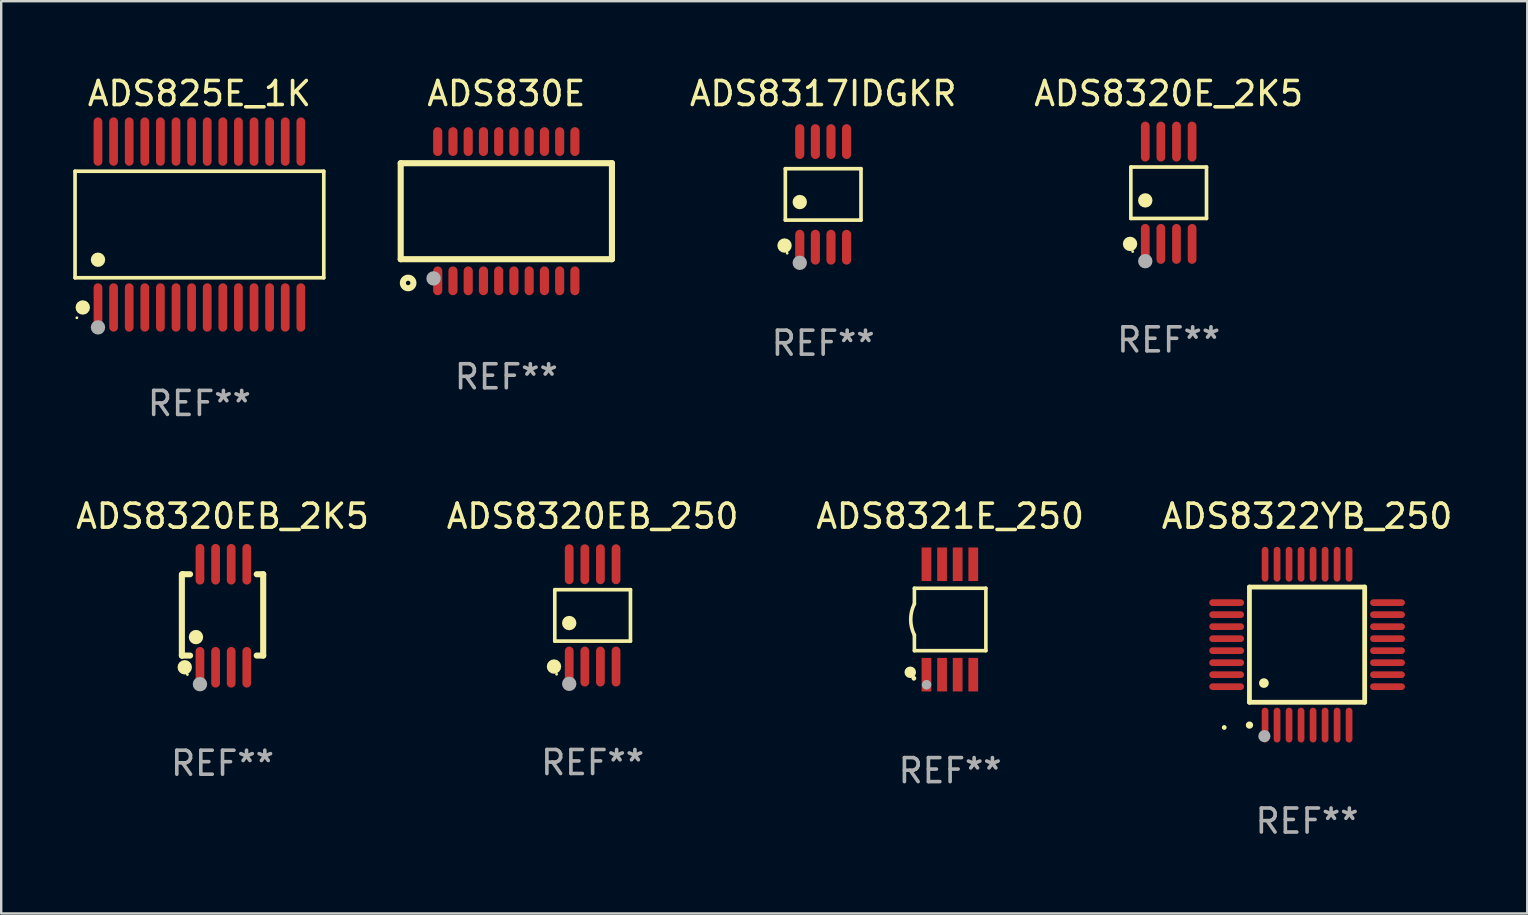
<source format=kicad_pcb>
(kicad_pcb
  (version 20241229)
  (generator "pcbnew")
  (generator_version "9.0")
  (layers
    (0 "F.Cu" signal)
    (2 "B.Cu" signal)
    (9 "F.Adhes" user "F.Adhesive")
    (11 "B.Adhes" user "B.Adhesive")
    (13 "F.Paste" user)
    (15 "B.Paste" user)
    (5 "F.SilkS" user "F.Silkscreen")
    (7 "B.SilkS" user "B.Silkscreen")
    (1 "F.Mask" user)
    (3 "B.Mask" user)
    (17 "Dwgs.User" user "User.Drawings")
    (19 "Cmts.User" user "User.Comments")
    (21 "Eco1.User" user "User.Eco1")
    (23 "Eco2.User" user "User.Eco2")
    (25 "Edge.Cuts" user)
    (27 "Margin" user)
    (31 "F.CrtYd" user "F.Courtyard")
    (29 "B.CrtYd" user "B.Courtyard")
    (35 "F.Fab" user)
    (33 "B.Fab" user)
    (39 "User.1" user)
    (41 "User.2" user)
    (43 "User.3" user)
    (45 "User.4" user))
  (footprint "ADS8321E_250"
    (layer "F.Cu")
    (at 36.53 22.755)
    (property "Reference" "ADS8321E_250" (at 0 -4.3 0) (layer "F.SilkS") (effects (font (size 1 1) (thickness 0.15))))
    (attr through_hole)
    (fp_line (start -1.489 -1.3) (end -1.489 -0.648) (stroke (width 0.15) (type solid)) (layer "F.SilkS"))
    (fp_line (start -1.489 0.648) (end -1.489 1.3) (stroke (width 0.15) (type solid)) (layer "F.SilkS"))
    (fp_line (start -1.489 1.3) (end 1.489 1.3) (stroke (width 0.15) (type solid)) (layer "F.SilkS"))
    (fp_line (start 1.489 -1.3) (end -1.489 -1.3) (stroke (width 0.15) (type solid)) (layer "F.SilkS"))
    (fp_line (start 1.489 1.3) (end 1.489 -1.3) (stroke (width 0.15) (type solid)) (layer "F.SilkS"))
    (fp_arc (start -1.489205 0.647702) (mid -1.642107 0) (end -1.489205 -0.647701) (stroke (width 0.150013) (type solid)) (layer "F.SilkS"))
    (fp_circle (center -1.661 2.2) (end -1.541 2.2) (stroke (width 0.24) (type solid)) (fill no) (layer "F.SilkS"))
    (fp_circle (center -1.511 2.45) (end -1.461 2.45) (stroke (width 0.1) (type solid)) (fill no) (layer "F.SilkS"))
    (fp_circle (center -0.981 2.72) (end -0.881 2.72) (stroke (width 0.2) (type solid)) (fill no) (layer "F.Fab"))
    (fp_text user "REF**" (at 0 6.3 0) (layer "F.Fab") (effects (font (size 1 1) (thickness 0.15))))
    (pad "1" smd rect (at -0.986 2.3) (size 0.406 1.397) (layers "F.Cu" "F.Mask" "F.Paste"))
    (pad "2" smd rect (at -0.336 2.3) (size 0.406 1.397) (layers "F.Cu" "F.Mask" "F.Paste"))
    (pad "3" smd rect (at 0.314 2.3) (size 0.406 1.397) (layers "F.Cu" "F.Mask" "F.Paste"))
    (pad "4" smd rect (at 0.964 2.3) (size 0.406 1.397) (layers "F.Cu" "F.Mask" "F.Paste"))
    (pad "5" smd rect (at 0.964 -2.3) (size 0.406 1.397) (layers "F.Cu" "F.Mask" "F.Paste"))
    (pad "6" smd rect (at 0.314 -2.3) (size 0.406 1.397) (layers "F.Cu" "F.Mask" "F.Paste"))
    (pad "7" smd rect (at -0.336 -2.3) (size 0.406 1.397) (layers "F.Cu" "F.Mask" "F.Paste"))
    (pad "8" smd rect (at -0.986 -2.3) (size 0.406 1.397) (layers "F.Cu" "F.Mask" "F.Paste")))
  (footprint "ADS830E"
    (layer "F.Cu")
    (at 18.042 5.748)
    (property "Reference" "ADS830E" (at 0 -4.9 0) (layer "F.SilkS") (effects (font (size 1 1) (thickness 0.15))))
    (attr through_hole)
    (fp_line (start -4.4 -2) (end -4.4 2) (stroke (width 0.254) (type solid)) (layer "F.SilkS"))
    (fp_line (start -4.4 -2) (end 4.4 -2) (stroke (width 0.254) (type solid)) (layer "F.SilkS"))
    (fp_line (start -4.4 2) (end 4.4 2) (stroke (width 0.254) (type solid)) (layer "F.SilkS"))
    (fp_line (start 4.4 -2) (end 4.4 2) (stroke (width 0.254) (type solid)) (layer "F.SilkS"))
    (fp_circle (center -4.351 3) (end -4.321 3) (stroke (width 0.06) (type solid)) (fill no) (layer "F.SilkS"))
    (fp_circle (center -4.09 2.99) (end -3.87 2.99) (stroke (width 0.254) (type solid)) (fill no) (layer "F.SilkS"))
    (fp_circle (center -3.031 2.8) (end -2.88 2.8) (stroke (width 0.3) (type solid)) (fill no) (layer "F.Fab"))
    (fp_text user "REF**" (at 0 6.9 0) (layer "F.Fab") (effects (font (size 1 1) (thickness 0.15))))
    (pad "1" smd oval (at -2.858 2.9 180) (size 0.38 1.2) (layers "F.Cu" "F.Mask" "F.Paste"))
    (pad "2" smd oval (at -2.223 2.9 180) (size 0.38 1.2) (layers "F.Cu" "F.Mask" "F.Paste"))
    (pad "3" smd oval (at -1.588 2.9 180) (size 0.38 1.2) (layers "F.Cu" "F.Mask" "F.Paste"))
    (pad "4" smd oval (at -0.953 2.9 180) (size 0.38 1.2) (layers "F.Cu" "F.Mask" "F.Paste"))
    (pad "5" smd oval (at -0.318 2.9 180) (size 0.38 1.2) (layers "F.Cu" "F.Mask" "F.Paste"))
    (pad "6" smd oval (at 0.317 2.9 180) (size 0.38 1.2) (layers "F.Cu" "F.Mask" "F.Paste"))
    (pad "7" smd oval (at 0.952 2.9 180) (size 0.38 1.2) (layers "F.Cu" "F.Mask" "F.Paste"))
    (pad "8" smd oval (at 1.587 2.9 180) (size 0.38 1.2) (layers "F.Cu" "F.Mask" "F.Paste"))
    (pad "9" smd oval (at 2.222 2.9 180) (size 0.38 1.2) (layers "F.Cu" "F.Mask" "F.Paste"))
    (pad "10" smd oval (at 2.857 2.9 180) (size 0.38 1.2) (layers "F.Cu" "F.Mask" "F.Paste"))
    (pad "11" smd oval (at 2.857 -2.9) (size 0.38 1.2) (layers "F.Cu" "F.Mask" "F.Paste"))
    (pad "12" smd oval (at 2.222 -2.9) (size 0.38 1.2) (layers "F.Cu" "F.Mask" "F.Paste"))
    (pad "13" smd oval (at 1.587 -2.9) (size 0.38 1.2) (layers "F.Cu" "F.Mask" "F.Paste"))
    (pad "14" smd oval (at 0.952 -2.9) (size 0.38 1.2) (layers "F.Cu" "F.Mask" "F.Paste"))
    (pad "15" smd oval (at 0.317 -2.9) (size 0.38 1.2) (layers "F.Cu" "F.Mask" "F.Paste"))
    (pad "16" smd oval (at -0.318 -2.9) (size 0.38 1.2) (layers "F.Cu" "F.Mask" "F.Paste"))
    (pad "17" smd oval (at -0.953 -2.9) (size 0.38 1.2) (layers "F.Cu" "F.Mask" "F.Paste"))
    (pad "18" smd oval (at -1.588 -2.9) (size 0.38 1.2) (layers "F.Cu" "F.Mask" "F.Paste"))
    (pad "19" smd oval (at -2.223 -2.9) (size 0.38 1.2) (layers "F.Cu" "F.Mask" "F.Paste"))
    (pad "20" smd oval (at -2.858 -2.9) (size 0.38 1.2) (layers "F.Cu" "F.Mask" "F.Paste")))
  (footprint "ADS8322YB_250"
    (layer "F.Cu")
    (at 51.399 23.805)
    (property "Reference" "ADS8322YB_250" (at 0 -5.35 0) (layer "F.SilkS") (effects (font (size 1 1) (thickness 0.15))))
    (attr through_hole)
    (fp_line (start -2.4 -2.4) (end -2.4 2.4) (stroke (width 0.2) (type solid)) (layer "F.SilkS"))
    (fp_line (start -2.4 2.4) (end 2.4 2.4) (stroke (width 0.2) (type solid)) (layer "F.SilkS"))
    (fp_line (start 2.4 -2.4) (end -2.4 -2.4) (stroke (width 0.2) (type solid)) (layer "F.SilkS"))
    (fp_line (start 2.4 2.4) (end 2.4 -2.4) (stroke (width 0.2) (type solid)) (layer "F.SilkS"))
    (fp_arc (start -2.400305 3.350267) (mid -2.399035 3.350262) (end -2.397765 3.350267) (stroke (width 0.3) (type solid)) (layer "F.SilkS"))
    (fp_arc (start -1.800864 1.600203) (mid -1.798324 1.600187) (end -1.795784 1.600203) (stroke (width 0.4) (type solid)) (layer "F.SilkS"))
    (fp_circle (center -3.45 3.45) (end -3.4 3.45) (stroke (width 0.1) (type solid)) (fill no) (layer "F.SilkS"))
    (fp_circle (center -1.778 3.81) (end -1.651 3.81) (stroke (width 0.254) (type solid)) (fill no) (layer "F.Fab"))
    (fp_text user "REF**" (at 0 7.35 0) (layer "F.Fab") (effects (font (size 1 1) (thickness 0.15))))
    (pad "1" smd oval (at -1.75 3.35) (size 0.28 1.45) (layers "F.Cu" "F.Mask" "F.Paste"))
    (pad "2" smd oval (at -1.25 3.35) (size 0.28 1.45) (layers "F.Cu" "F.Mask" "F.Paste"))
    (pad "3" smd oval (at -0.75 3.35) (size 0.28 1.45) (layers "F.Cu" "F.Mask" "F.Paste"))
    (pad "4" smd oval (at -0.25 3.35) (size 0.28 1.45) (layers "F.Cu" "F.Mask" "F.Paste"))
    (pad "5" smd oval (at 0.25 3.35) (size 0.28 1.45) (layers "F.Cu" "F.Mask" "F.Paste"))
    (pad "6" smd oval (at 0.75 3.35) (size 0.28 1.45) (layers "F.Cu" "F.Mask" "F.Paste"))
    (pad "7" smd oval (at 1.25 3.35) (size 0.28 1.45) (layers "F.Cu" "F.Mask" "F.Paste"))
    (pad "8" smd oval (at 1.75 3.35) (size 0.28 1.45) (layers "F.Cu" "F.Mask" "F.Paste"))
    (pad "9" smd oval (at 3.35 1.75) (size 1.45 0.28) (layers "F.Cu" "F.Mask" "F.Paste"))
    (pad "10" smd oval (at 3.35 1.25) (size 1.45 0.28) (layers "F.Cu" "F.Mask" "F.Paste"))
    (pad "11" smd oval (at 3.35 0.75) (size 1.45 0.28) (layers "F.Cu" "F.Mask" "F.Paste"))
    (pad "12" smd oval (at 3.35 0.25) (size 1.45 0.28) (layers "F.Cu" "F.Mask" "F.Paste"))
    (pad "13" smd oval (at 3.35 -0.25) (size 1.45 0.28) (layers "F.Cu" "F.Mask" "F.Paste"))
    (pad "14" smd oval (at 3.35 -0.75) (size 1.45 0.28) (layers "F.Cu" "F.Mask" "F.Paste"))
    (pad "15" smd oval (at 3.35 -1.25) (size 1.45 0.28) (layers "F.Cu" "F.Mask" "F.Paste"))
    (pad "16" smd oval (at 3.35 -1.75) (size 1.45 0.28) (layers "F.Cu" "F.Mask" "F.Paste"))
    (pad "17" smd oval (at 1.75 -3.35) (size 0.28 1.45) (layers "F.Cu" "F.Mask" "F.Paste"))
    (pad "18" smd oval (at 1.25 -3.35) (size 0.28 1.45) (layers "F.Cu" "F.Mask" "F.Paste"))
    (pad "19" smd oval (at 0.75 -3.35) (size 0.28 1.45) (layers "F.Cu" "F.Mask" "F.Paste"))
    (pad "20" smd oval (at 0.25 -3.35) (size 0.28 1.45) (layers "F.Cu" "F.Mask" "F.Paste"))
    (pad "21" smd oval (at -0.25 -3.35) (size 0.28 1.45) (layers "F.Cu" "F.Mask" "F.Paste"))
    (pad "22" smd oval (at -0.75 -3.35) (size 0.28 1.45) (layers "F.Cu" "F.Mask" "F.Paste"))
    (pad "23" smd oval (at -1.25 -3.35) (size 0.28 1.45) (layers "F.Cu" "F.Mask" "F.Paste"))
    (pad "24" smd oval (at -1.75 -3.35) (size 0.28 1.45) (layers "F.Cu" "F.Mask" "F.Paste"))
    (pad "25" smd oval (at -3.35 -1.75) (size 1.45 0.28) (layers "F.Cu" "F.Mask" "F.Paste"))
    (pad "26" smd oval (at -3.35 -1.25) (size 1.45 0.28) (layers "F.Cu" "F.Mask" "F.Paste"))
    (pad "27" smd oval (at -3.35 -0.75) (size 1.45 0.28) (layers "F.Cu" "F.Mask" "F.Paste"))
    (pad "28" smd oval (at -3.35 -0.25) (size 1.45 0.28) (layers "F.Cu" "F.Mask" "F.Paste"))
    (pad "29" smd oval (at -3.35 0.25) (size 1.45 0.28) (layers "F.Cu" "F.Mask" "F.Paste"))
    (pad "30" smd oval (at -3.35 0.75) (size 1.45 0.28) (layers "F.Cu" "F.Mask" "F.Paste"))
    (pad "31" smd oval (at -3.35 1.25) (size 1.45 0.28) (layers "F.Cu" "F.Mask" "F.Paste"))
    (pad "32" smd oval (at -3.35 1.75) (size 1.45 0.28) (layers "F.Cu" "F.Mask" "F.Paste")))
  (footprint "ADS8317IDGKR"
    (layer "F.Cu")
    (at 31.241 5.048)
    (property "Reference" "ADS8317IDGKR" (at 0 -4.2 0) (layer "F.SilkS") (effects (font (size 1 1) (thickness 0.15))))
    (attr through_hole)
    (fp_line (start -1.576 -1.071) (end 1.576 -1.071) (stroke (width 0.152) (type solid)) (layer "F.SilkS"))
    (fp_line (start -1.576 1.071) (end -1.576 -1.071) (stroke (width 0.152) (type solid)) (layer "F.SilkS"))
    (fp_line (start 1.576 -1.071) (end 1.576 1.071) (stroke (width 0.152) (type solid)) (layer "F.SilkS"))
    (fp_line (start 1.576 1.071) (end -1.576 1.071) (stroke (width 0.152) (type solid)) (layer "F.SilkS"))
    (fp_circle (center -1.609 2.131) (end -1.459 2.131) (stroke (width 0.3) (type solid)) (fill no) (layer "F.SilkS"))
    (fp_circle (center -1.5 2.45) (end -1.47 2.45) (stroke (width 0.06) (type solid)) (fill no) (layer "F.SilkS"))
    (fp_circle (center -0.975 0.319) (end -0.825 0.319) (stroke (width 0.3) (type solid)) (fill no) (layer "F.SilkS"))
    (fp_circle (center -0.975 2.85) (end -0.825 2.85) (stroke (width 0.3) (type solid)) (fill no) (layer "F.Fab"))
    (fp_text user "REF**" (at 0 6.2 0) (layer "F.Fab") (effects (font (size 1 1) (thickness 0.15))))
    (pad "1" smd oval (at -0.975 2.2) (size 0.38 1.45) (layers "F.Cu" "F.Mask" "F.Paste"))
    (pad "2" smd oval (at -0.325 2.2) (size 0.38 1.45) (layers "F.Cu" "F.Mask" "F.Paste"))
    (pad "3" smd oval (at 0.325 2.2) (size 0.38 1.45) (layers "F.Cu" "F.Mask" "F.Paste"))
    (pad "4" smd oval (at 0.975 2.2) (size 0.38 1.45) (layers "F.Cu" "F.Mask" "F.Paste"))
    (pad "5" smd oval (at 0.975 -2.2) (size 0.38 1.45) (layers "F.Cu" "F.Mask" "F.Paste"))
    (pad "6" smd oval (at 0.325 -2.2) (size 0.38 1.45) (layers "F.Cu" "F.Mask" "F.Paste"))
    (pad "7" smd oval (at -0.325 -2.2) (size 0.38 1.45) (layers "F.Cu" "F.Mask" "F.Paste"))
    (pad "8" smd oval (at -0.975 -2.2) (size 0.38 1.45) (layers "F.Cu" "F.Mask" "F.Paste")))
  (footprint "ADS8320E_2K5"
    (layer "F.Cu")
    (at 45.634 4.979)
    (property "Reference" "ADS8320E_2K5" (at 0 -4.131 0) (layer "F.SilkS") (effects (font (size 1 1) (thickness 0.15))))
    (attr through_hole)
    (fp_line (start -1.576 -1.071) (end 1.576 -1.071) (stroke (width 0.152) (type solid)) (layer "F.SilkS"))
    (fp_line (start -1.576 1.071) (end -1.576 -1.071) (stroke (width 0.152) (type solid)) (layer "F.SilkS"))
    (fp_line (start 1.576 -1.071) (end 1.576 1.071) (stroke (width 0.152) (type solid)) (layer "F.SilkS"))
    (fp_line (start 1.576 1.071) (end -1.576 1.071) (stroke (width 0.152) (type solid)) (layer "F.SilkS"))
    (fp_circle (center -1.609 2.131) (end -1.459 2.131) (stroke (width 0.3) (type solid)) (fill no) (layer "F.SilkS"))
    (fp_circle (center -1.5 2.45) (end -1.47 2.45) (stroke (width 0.06) (type solid)) (fill no) (layer "F.SilkS"))
    (fp_circle (center -0.975 0.319) (end -0.825 0.319) (stroke (width 0.3) (type solid)) (fill no) (layer "F.SilkS"))
    (fp_circle (center -0.975 2.85) (end -0.825 2.85) (stroke (width 0.3) (type solid)) (fill no) (layer "F.Fab"))
    (fp_text user "REF**" (at 0 6.131 0) (layer "F.Fab") (effects (font (size 1 1) (thickness 0.15))))
    (pad "1" smd oval (at -0.975 2.131) (size 0.364 1.662) (layers "F.Cu" "F.Mask" "F.Paste"))
    (pad "2" smd oval (at -0.325 2.131) (size 0.364 1.662) (layers "F.Cu" "F.Mask" "F.Paste"))
    (pad "3" smd oval (at 0.325 2.131) (size 0.364 1.662) (layers "F.Cu" "F.Mask" "F.Paste"))
    (pad "4" smd oval (at 0.975 2.131) (size 0.364 1.662) (layers "F.Cu" "F.Mask" "F.Paste"))
    (pad "5" smd oval (at 0.975 -2.131) (size 0.364 1.662) (layers "F.Cu" "F.Mask" "F.Paste"))
    (pad "6" smd oval (at 0.325 -2.131) (size 0.364 1.662) (layers "F.Cu" "F.Mask" "F.Paste"))
    (pad "7" smd oval (at -0.325 -2.131) (size 0.364 1.662) (layers "F.Cu" "F.Mask" "F.Paste"))
    (pad "8" smd oval (at -0.975 -2.131) (size 0.364 1.662) (layers "F.Cu" "F.Mask" "F.Paste")))
  (footprint "ADS825E_1K"
    (layer "F.Cu")
    (at 5.257 6.303)
    (property "Reference" "ADS825E_1K" (at 0 -5.455 0) (layer "F.SilkS") (effects (font (size 1 1) (thickness 0.15))))
    (attr through_hole)
    (fp_line (start -5.181 -2.219) (end 5.181 -2.219) (stroke (width 0.152) (type solid)) (layer "F.SilkS"))
    (fp_line (start -5.181 2.219) (end -5.181 -2.219) (stroke (width 0.152) (type solid)) (layer "F.SilkS"))
    (fp_line (start 5.181 -2.219) (end 5.181 2.219) (stroke (width 0.152) (type solid)) (layer "F.SilkS"))
    (fp_line (start 5.181 2.219) (end -5.181 2.219) (stroke (width 0.152) (type solid)) (layer "F.SilkS"))
    (fp_circle (center -5.105 3.885) (end -5.075 3.885) (stroke (width 0.06) (type solid)) (fill no) (layer "F.SilkS"))
    (fp_circle (center -4.859 3.455) (end -4.709 3.455) (stroke (width 0.3) (type solid)) (fill no) (layer "F.SilkS"))
    (fp_circle (center -4.225 1.467) (end -4.075 1.467) (stroke (width 0.3) (type solid)) (fill no) (layer "F.SilkS"))
    (fp_circle (center -4.225 4.285) (end -4.075 4.285) (stroke (width 0.3) (type solid)) (fill no) (layer "F.Fab"))
    (fp_text user "REF**" (at 0 7.455 0) (layer "F.Fab") (effects (font (size 1 1) (thickness 0.15))))
    (pad "1" smd oval (at -4.225 3.455) (size 0.364 2.015) (layers "F.Cu" "F.Mask" "F.Paste"))
    (pad "2" smd oval (at -3.575 3.455) (size 0.364 2.015) (layers "F.Cu" "F.Mask" "F.Paste"))
    (pad "3" smd oval (at -2.925 3.455) (size 0.364 2.015) (layers "F.Cu" "F.Mask" "F.Paste"))
    (pad "4" smd oval (at -2.275 3.455) (size 0.364 2.015) (layers "F.Cu" "F.Mask" "F.Paste"))
    (pad "5" smd oval (at -1.625 3.455) (size 0.364 2.015) (layers "F.Cu" "F.Mask" "F.Paste"))
    (pad "6" smd oval (at -0.975 3.455) (size 0.364 2.015) (layers "F.Cu" "F.Mask" "F.Paste"))
    (pad "7" smd oval (at -0.325 3.455) (size 0.364 2.015) (layers "F.Cu" "F.Mask" "F.Paste"))
    (pad "8" smd oval (at 0.325 3.455) (size 0.364 2.015) (layers "F.Cu" "F.Mask" "F.Paste"))
    (pad "9" smd oval (at 0.975 3.455) (size 0.364 2.015) (layers "F.Cu" "F.Mask" "F.Paste"))
    (pad "10" smd oval (at 1.625 3.455) (size 0.364 2.015) (layers "F.Cu" "F.Mask" "F.Paste"))
    (pad "11" smd oval (at 2.275 3.455) (size 0.364 2.015) (layers "F.Cu" "F.Mask" "F.Paste"))
    (pad "12" smd oval (at 2.925 3.455) (size 0.364 2.015) (layers "F.Cu" "F.Mask" "F.Paste"))
    (pad "13" smd oval (at 3.575 3.455) (size 0.364 2.015) (layers "F.Cu" "F.Mask" "F.Paste"))
    (pad "14" smd oval (at 4.225 3.455) (size 0.364 2.015) (layers "F.Cu" "F.Mask" "F.Paste"))
    (pad "15" smd oval (at 4.225 -3.455) (size 0.364 2.015) (layers "F.Cu" "F.Mask" "F.Paste"))
    (pad "16" smd oval (at 3.575 -3.455) (size 0.364 2.015) (layers "F.Cu" "F.Mask" "F.Paste"))
    (pad "17" smd oval (at 2.925 -3.455) (size 0.364 2.015) (layers "F.Cu" "F.Mask" "F.Paste"))
    (pad "18" smd oval (at 2.275 -3.455) (size 0.364 2.015) (layers "F.Cu" "F.Mask" "F.Paste"))
    (pad "19" smd oval (at 1.625 -3.455) (size 0.364 2.015) (layers "F.Cu" "F.Mask" "F.Paste"))
    (pad "20" smd oval (at 0.975 -3.455) (size 0.364 2.015) (layers "F.Cu" "F.Mask" "F.Paste"))
    (pad "21" smd oval (at 0.325 -3.455) (size 0.364 2.015) (layers "F.Cu" "F.Mask" "F.Paste"))
    (pad "22" smd oval (at -0.325 -3.455) (size 0.364 2.015) (layers "F.Cu" "F.Mask" "F.Paste"))
    (pad "23" smd oval (at -0.975 -3.455) (size 0.364 2.015) (layers "F.Cu" "F.Mask" "F.Paste"))
    (pad "24" smd oval (at -1.625 -3.455) (size 0.364 2.015) (layers "F.Cu" "F.Mask" "F.Paste"))
    (pad "25" smd oval (at -2.275 -3.455) (size 0.364 2.015) (layers "F.Cu" "F.Mask" "F.Paste"))
    (pad "26" smd oval (at -2.925 -3.455) (size 0.364 2.015) (layers "F.Cu" "F.Mask" "F.Paste"))
    (pad "27" smd oval (at -3.575 -3.455) (size 0.364 2.015) (layers "F.Cu" "F.Mask" "F.Paste"))
    (pad "28" smd oval (at -4.225 -3.455) (size 0.364 2.015) (layers "F.Cu" "F.Mask" "F.Paste")))
  (footprint "ADS8320EB_2K5"
    (layer "F.Cu")
    (at 6.22 22.601)
    (property "Reference" "ADS8320EB_2K5" (at 0 -4.146 0) (layer "F.SilkS") (effects (font (size 1 1) (thickness 0.15))))
    (attr through_hole)
    (fp_line (start -1.694 -1.724) (end -1.694 1.652) (stroke (width 0.254) (type solid)) (layer "F.SilkS"))
    (fp_line (start -1.694 1.652) (end -1.688 1.658) (stroke (width 0.254) (type solid)) (layer "F.SilkS"))
    (fp_line (start -1.688 1.658) (end -1.353 1.658) (stroke (width 0.254) (type solid)) (layer "F.SilkS"))
    (fp_line (start -1.661 -1.73) (end -1.681 -1.71) (stroke (width 0.254) (type solid)) (layer "F.SilkS"))
    (fp_line (start -1.353 -1.73) (end -1.661 -1.73) (stroke (width 0.254) (type solid)) (layer "F.SilkS"))
    (fp_line (start 1.424 1.658) (end 1.694 1.658) (stroke (width 0.254) (type solid)) (layer "F.SilkS"))
    (fp_line (start 1.694 -1.73) (end 1.424 -1.73) (stroke (width 0.254) (type solid)) (layer "F.SilkS"))
    (fp_line (start 1.694 1.658) (end 1.694 -1.73) (stroke (width 0.254) (type solid)) (layer "F.SilkS"))
    (fp_circle (center -1.574 2.146) (end -1.424 2.146) (stroke (width 0.3) (type solid)) (fill no) (layer "F.SilkS"))
    (fp_circle (center -1.464 2.45) (end -1.434 2.45) (stroke (width 0.06) (type solid)) (fill no) (layer "F.SilkS"))
    (fp_circle (center -1.107 0.889) (end -0.957 0.889) (stroke (width 0.3) (type solid)) (fill no) (layer "F.SilkS"))
    (fp_circle (center -0.94 2.85) (end -0.789 2.85) (stroke (width 0.3) (type solid)) (fill no) (layer "F.Fab"))
    (fp_text user "REF**" (at 0 6.146 0) (layer "F.Fab") (effects (font (size 1 1) (thickness 0.15))))
    (pad "1" smd oval (at -0.94 2.146) (size 0.364 1.692) (layers "F.Cu" "F.Mask" "F.Paste"))
    (pad "2" smd oval (at -0.289 2.146) (size 0.364 1.692) (layers "F.Cu" "F.Mask" "F.Paste"))
    (pad "3" smd oval (at 0.361 2.146) (size 0.364 1.692) (layers "F.Cu" "F.Mask" "F.Paste"))
    (pad "4" smd oval (at 1.011 2.146) (size 0.364 1.692) (layers "F.Cu" "F.Mask" "F.Paste"))
    (pad "5" smd oval (at 1.011 -2.146) (size 0.364 1.692) (layers "F.Cu" "F.Mask" "F.Paste"))
    (pad "6" smd oval (at 0.361 -2.146) (size 0.364 1.692) (layers "F.Cu" "F.Mask" "F.Paste"))
    (pad "7" smd oval (at -0.289 -2.146) (size 0.364 1.692) (layers "F.Cu" "F.Mask" "F.Paste"))
    (pad "8" smd oval (at -0.94 -2.146) (size 0.364 1.692) (layers "F.Cu" "F.Mask" "F.Paste")))
  (footprint "ADS8320EB_250"
    (layer "F.Cu")
    (at 21.637 22.586)
    (property "Reference" "ADS8320EB_250" (at 0 -4.131 0) (layer "F.SilkS") (effects (font (size 1 1) (thickness 0.15))))
    (attr through_hole)
    (fp_line (start -1.576 -1.071) (end 1.576 -1.071) (stroke (width 0.152) (type solid)) (layer "F.SilkS"))
    (fp_line (start -1.576 1.071) (end -1.576 -1.071) (stroke (width 0.152) (type solid)) (layer "F.SilkS"))
    (fp_line (start 1.576 -1.071) (end 1.576 1.071) (stroke (width 0.152) (type solid)) (layer "F.SilkS"))
    (fp_line (start 1.576 1.071) (end -1.576 1.071) (stroke (width 0.152) (type solid)) (layer "F.SilkS"))
    (fp_circle (center -1.609 2.131) (end -1.459 2.131) (stroke (width 0.3) (type solid)) (fill no) (layer "F.SilkS"))
    (fp_circle (center -1.5 2.45) (end -1.47 2.45) (stroke (width 0.06) (type solid)) (fill no) (layer "F.SilkS"))
    (fp_circle (center -0.975 0.319) (end -0.825 0.319) (stroke (width 0.3) (type solid)) (fill no) (layer "F.SilkS"))
    (fp_circle (center -0.975 2.85) (end -0.825 2.85) (stroke (width 0.3) (type solid)) (fill no) (layer "F.Fab"))
    (fp_text user "REF**" (at 0 6.131 0) (layer "F.Fab") (effects (font (size 1 1) (thickness 0.15))))
    (pad "1" smd oval (at -0.975 2.131) (size 0.364 1.662) (layers "F.Cu" "F.Mask" "F.Paste"))
    (pad "2" smd oval (at -0.325 2.131) (size 0.364 1.662) (layers "F.Cu" "F.Mask" "F.Paste"))
    (pad "3" smd oval (at 0.325 2.131) (size 0.364 1.662) (layers "F.Cu" "F.Mask" "F.Paste"))
    (pad "4" smd oval (at 0.975 2.131) (size 0.364 1.662) (layers "F.Cu" "F.Mask" "F.Paste"))
    (pad "5" smd oval (at 0.975 -2.131) (size 0.364 1.662) (layers "F.Cu" "F.Mask" "F.Paste"))
    (pad "6" smd oval (at 0.325 -2.131) (size 0.364 1.662) (layers "F.Cu" "F.Mask" "F.Paste"))
    (pad "7" smd oval (at -0.325 -2.131) (size 0.364 1.662) (layers "F.Cu" "F.Mask" "F.Paste"))
    (pad "8" smd oval (at -0.975 -2.131) (size 0.364 1.662) (layers "F.Cu" "F.Mask" "F.Paste")))
  (gr_rect
    (start -3 -3)
    (end 60.571 35.003)
    (stroke (width 0.1) (type default))
    (fill no)
    (layer "Edge.Cuts")))
</source>
